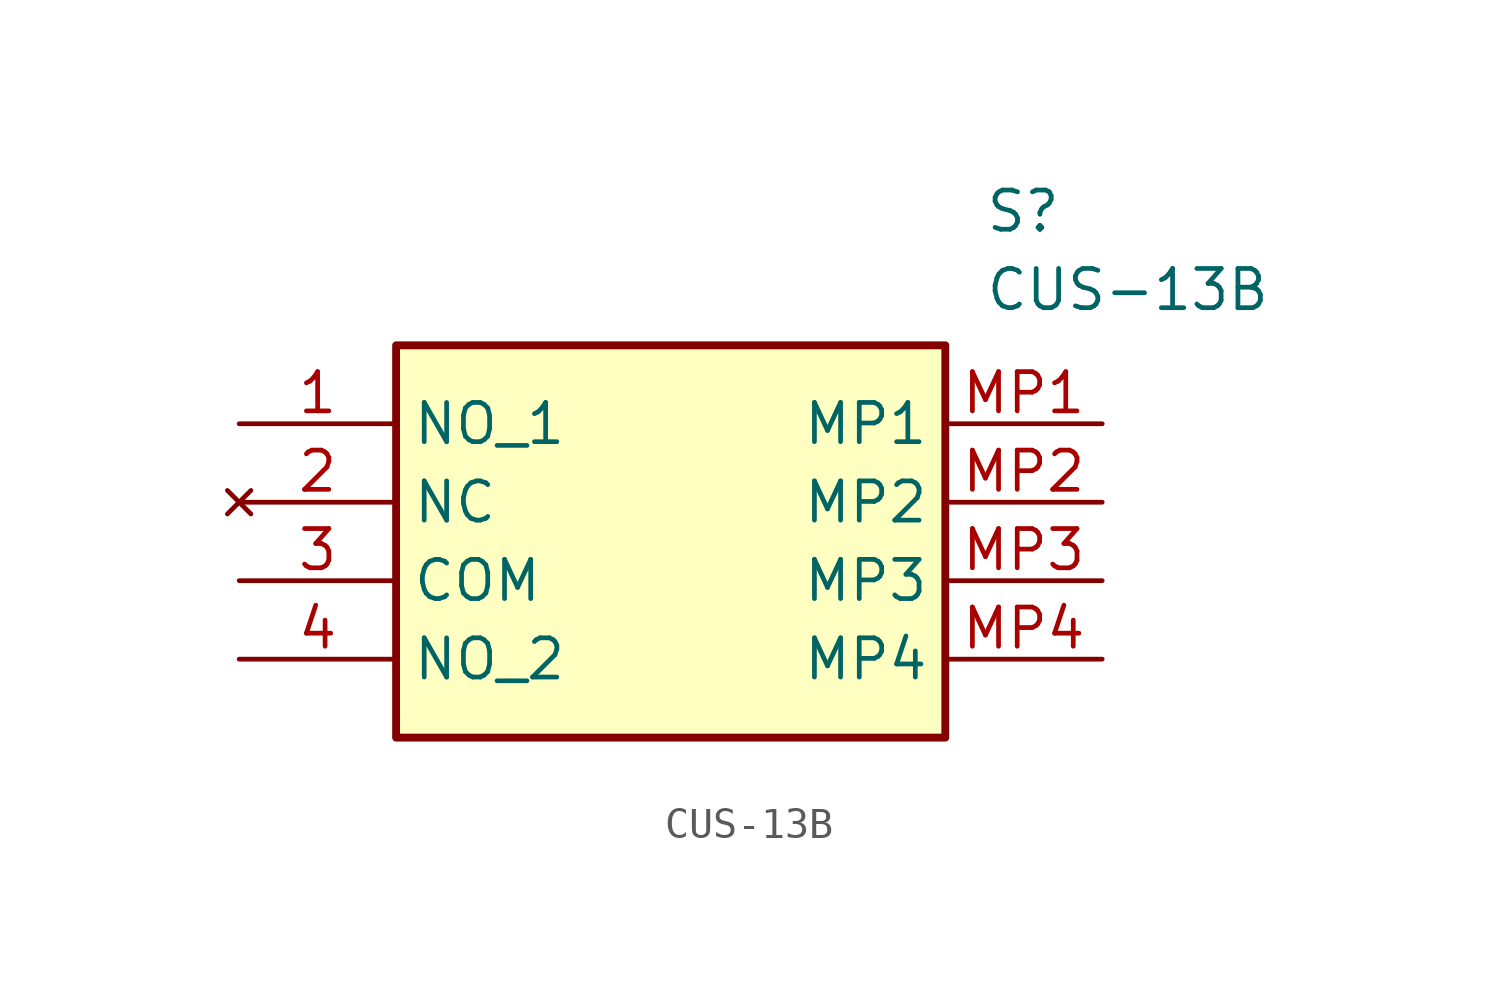
<source format=kicad_sym>
(kicad_symbol_lib
  (version 20211014)
  (generator SamacSys_ECAD_Model)
  (symbol "CUS-13B"
    (property "Reference" "S"
      (at 24.13 7.62 0)
      (effects (font (size 1.27 1.27)) (justify left top)))
    (property "Value" "CUS-13B"
      (at 24.13 5.08 0)
      (effects (font (size 1.27 1.27)) (justify left top)))
    (rectangle
      (start 5.08 2.54)
      (end 22.86 -10.16)
      (stroke (width 0.254) (type default))
      (fill (type background)))
    (pin passive line
      (at 0 0 0)
      (length 5.08)
      (name "NO_1" (effects (font (size 1.27 1.27))))
      (number "1" (effects (font (size 1.27 1.27)))))
    (pin no_connect line
      (at 0 -2.54 0)
      (length 5.08)
      (name "NC" (effects (font (size 1.27 1.27))))
      (number "2" (effects (font (size 1.27 1.27)))))
    (pin passive line
      (at 0 -5.08 0)
      (length 5.08)
      (name "COM" (effects (font (size 1.27 1.27))))
      (number "3" (effects (font (size 1.27 1.27)))))
    (pin passive line
      (at 0 -7.62 0)
      (length 5.08)
      (name "NO_2" (effects (font (size 1.27 1.27))))
      (number "4" (effects (font (size 1.27 1.27)))))
    (pin passive line
      (at 27.94 0 180)
      (length 5.08)
      (name "MP1" (effects (font (size 1.27 1.27))))
      (number "MP1" (effects (font (size 1.27 1.27)))))
    (pin passive line
      (at 27.94 -2.54 180)
      (length 5.08)
      (name "MP2" (effects (font (size 1.27 1.27))))
      (number "MP2" (effects (font (size 1.27 1.27)))))
    (pin passive line
      (at 27.94 -5.08 180)
      (length 5.08)
      (name "MP3" (effects (font (size 1.27 1.27))))
      (number "MP3" (effects (font (size 1.27 1.27)))))
    (pin passive line
      (at 27.94 -7.62 180)
      (length 5.08)
      (name "MP4" (effects (font (size 1.27 1.27))))
      (number "MP4" (effects (font (size 1.27 1.27)))))))
</source>
